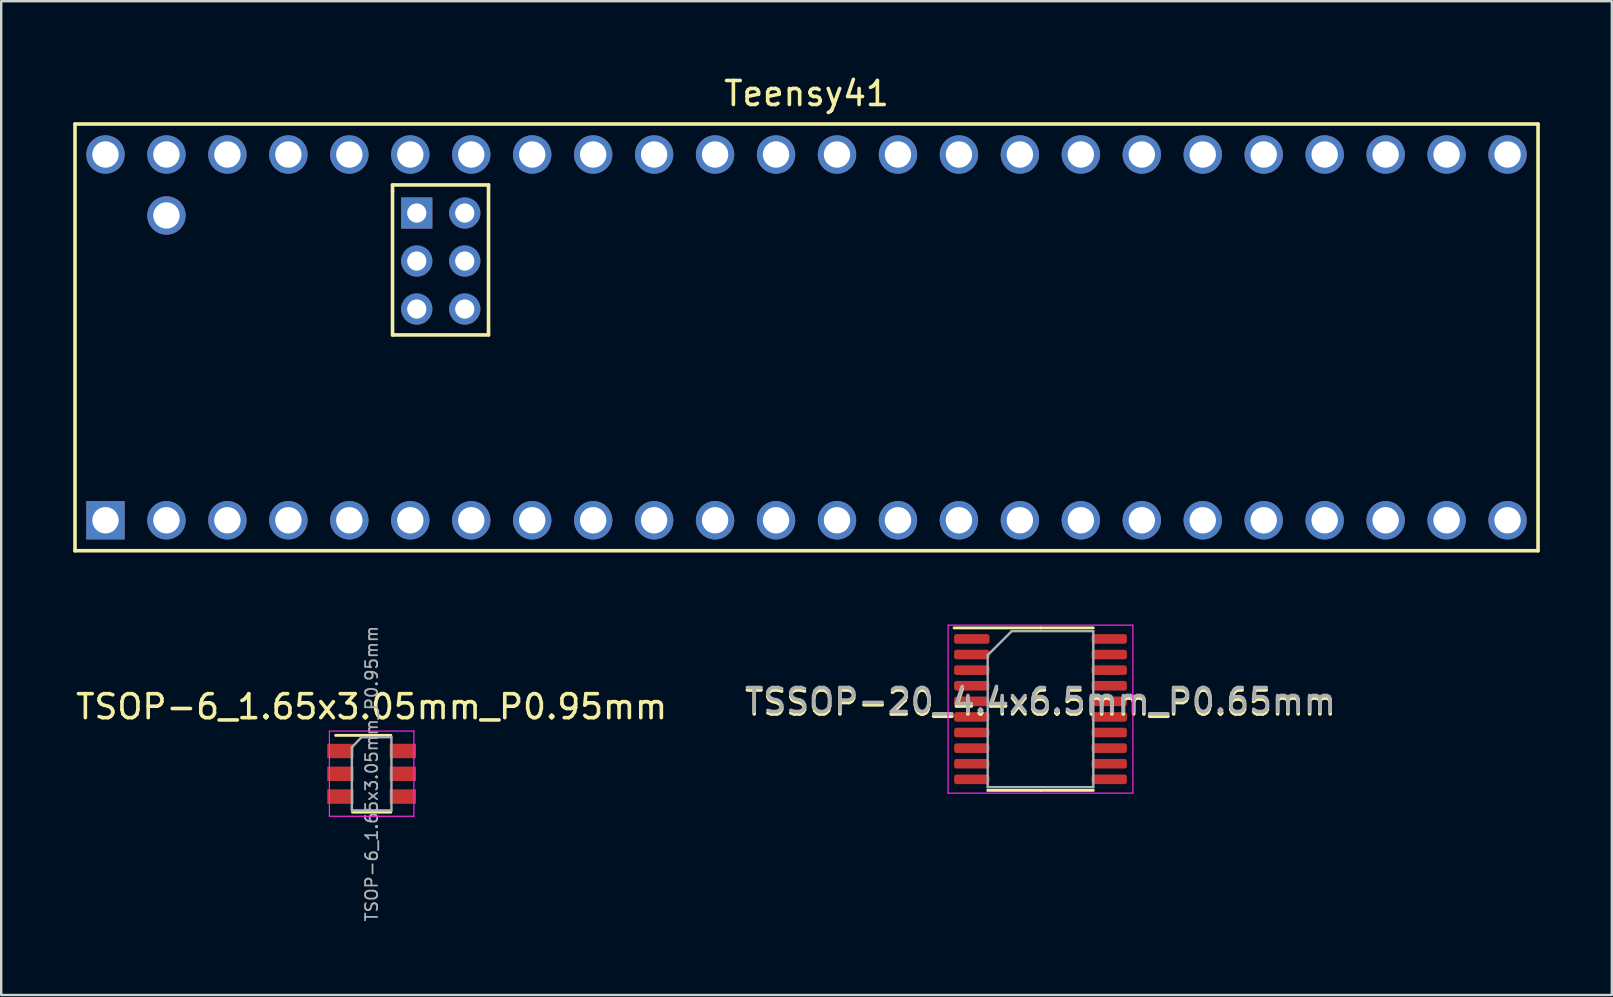
<source format=kicad_pcb>
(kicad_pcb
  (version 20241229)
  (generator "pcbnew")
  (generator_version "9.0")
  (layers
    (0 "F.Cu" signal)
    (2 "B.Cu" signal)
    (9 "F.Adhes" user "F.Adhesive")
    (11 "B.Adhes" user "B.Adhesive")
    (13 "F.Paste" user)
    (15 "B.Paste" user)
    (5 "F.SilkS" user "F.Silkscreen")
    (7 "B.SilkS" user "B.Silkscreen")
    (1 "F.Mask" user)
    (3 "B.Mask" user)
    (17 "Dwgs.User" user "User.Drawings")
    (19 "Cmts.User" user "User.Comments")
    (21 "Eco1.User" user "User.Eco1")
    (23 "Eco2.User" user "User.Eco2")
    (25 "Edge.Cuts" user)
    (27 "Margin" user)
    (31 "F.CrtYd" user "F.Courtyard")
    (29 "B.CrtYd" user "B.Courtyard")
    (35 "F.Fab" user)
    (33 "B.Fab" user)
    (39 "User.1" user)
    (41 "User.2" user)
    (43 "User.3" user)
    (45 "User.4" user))
  (footprint "Teensy41"
    (layer "F.Cu")
    (at 30.555 11.008)
    (property "Reference" "Teensy41" (at 0 -10.16 0) (layer "F.SilkS") (effects (font (size 1 1) (thickness 0.15))))
    (attr through_hole)
    (fp_line (start -30.48 -8.89) (end 30.48 -8.89) (stroke (width 0.15) (type solid)) (layer "F.SilkS"))
    (fp_line (start -30.48 8.89) (end -30.48 -8.89) (stroke (width 0.15) (type solid)) (layer "F.SilkS"))
    (fp_line (start -17.25 -6.352) (end -17.25 -6.102) (stroke (width 0.15) (type solid)) (layer "F.SilkS"))
    (fp_line (start -17.25 -6.102) (end -17.25 -0.102) (stroke (width 0.15) (type solid)) (layer "F.SilkS"))
    (fp_line (start -17.25 -0.102) (end -13.25 -0.102) (stroke (width 0.15) (type solid)) (layer "F.SilkS"))
    (fp_line (start -13.25 -6.352) (end -17.25 -6.352) (stroke (width 0.15) (type solid)) (layer "F.SilkS"))
    (fp_line (start -13.25 -0.102) (end -13.25 -6.352) (stroke (width 0.15) (type solid)) (layer "F.SilkS"))
    (fp_line (start 30.48 -8.89) (end 30.48 8.89) (stroke (width 0.15) (type solid)) (layer "F.SilkS"))
    (fp_line (start 30.48 8.89) (end -30.48 8.89) (stroke (width 0.15) (type solid)) (layer "F.SilkS"))
    (pad "1" thru_hole rect (at -29.21 7.62) (size 1.6 1.6) (drill 1.1) (layers "*.Cu" "*.Mask"))
    (pad "2" thru_hole circle (at -26.67 7.62) (size 1.6 1.6) (drill 1.1) (layers "*.Cu" "*.Mask"))
    (pad "3" thru_hole circle (at -24.13 7.62) (size 1.6 1.6) (drill 1.1) (layers "*.Cu" "*.Mask"))
    (pad "4" thru_hole circle (at -21.59 7.62) (size 1.6 1.6) (drill 1.1) (layers "*.Cu" "*.Mask"))
    (pad "5" thru_hole circle (at -19.05 7.62) (size 1.6 1.6) (drill 1.1) (layers "*.Cu" "*.Mask"))
    (pad "6" thru_hole circle (at -16.51 7.62) (size 1.6 1.6) (drill 1.1) (layers "*.Cu" "*.Mask"))
    (pad "7" thru_hole circle (at -13.97 7.62) (size 1.6 1.6) (drill 1.1) (layers "*.Cu" "*.Mask"))
    (pad "8" thru_hole circle (at -11.43 7.62) (size 1.6 1.6) (drill 1.1) (layers "*.Cu" "*.Mask"))
    (pad "9" thru_hole circle (at -8.89 7.62) (size 1.6 1.6) (drill 1.1) (layers "*.Cu" "*.Mask"))
    (pad "10" thru_hole circle (at -6.35 7.62) (size 1.6 1.6) (drill 1.1) (layers "*.Cu" "*.Mask"))
    (pad "11" thru_hole circle (at -3.81 7.62) (size 1.6 1.6) (drill 1.1) (layers "*.Cu" "*.Mask"))
    (pad "12" thru_hole circle (at -1.27 7.62) (size 1.6 1.6) (drill 1.1) (layers "*.Cu" "*.Mask"))
    (pad "13" thru_hole circle (at 1.27 7.62) (size 1.6 1.6) (drill 1.1) (layers "*.Cu" "*.Mask"))
    (pad "14" thru_hole circle (at 3.81 7.62) (size 1.6 1.6) (drill 1.1) (layers "*.Cu" "*.Mask"))
    (pad "15" thru_hole circle (at 6.35 7.62) (size 1.6 1.6) (drill 1.1) (layers "*.Cu" "*.Mask"))
    (pad "16" thru_hole circle (at 8.89 7.62) (size 1.6 1.6) (drill 1.1) (layers "*.Cu" "*.Mask"))
    (pad "17" thru_hole circle (at 11.43 7.62) (size 1.6 1.6) (drill 1.1) (layers "*.Cu" "*.Mask"))
    (pad "18" thru_hole circle (at 13.97 7.62) (size 1.6 1.6) (drill 1.1) (layers "*.Cu" "*.Mask"))
    (pad "19" thru_hole circle (at 16.51 7.62) (size 1.6 1.6) (drill 1.1) (layers "*.Cu" "*.Mask"))
    (pad "20" thru_hole circle (at 19.05 7.62) (size 1.6 1.6) (drill 1.1) (layers "*.Cu" "*.Mask"))
    (pad "21" thru_hole circle (at 21.59 7.62) (size 1.6 1.6) (drill 1.1) (layers "*.Cu" "*.Mask"))
    (pad "22" thru_hole circle (at 24.13 7.62) (size 1.6 1.6) (drill 1.1) (layers "*.Cu" "*.Mask"))
    (pad "23" thru_hole circle (at 26.67 7.62) (size 1.6 1.6) (drill 1.1) (layers "*.Cu" "*.Mask"))
    (pad "24" thru_hole circle (at 29.21 7.62) (size 1.6 1.6) (drill 1.1) (layers "*.Cu" "*.Mask"))
    (pad "25" thru_hole circle (at 29.21 -7.62) (size 1.6 1.6) (drill 1.1) (layers "*.Cu" "*.Mask"))
    (pad "26" thru_hole circle (at 26.67 -7.62) (size 1.6 1.6) (drill 1.1) (layers "*.Cu" "*.Mask"))
    (pad "27" thru_hole circle (at 24.13 -7.62) (size 1.6 1.6) (drill 1.1) (layers "*.Cu" "*.Mask"))
    (pad "28" thru_hole circle (at 21.59 -7.62) (size 1.6 1.6) (drill 1.1) (layers "*.Cu" "*.Mask"))
    (pad "29" thru_hole circle (at 19.05 -7.62) (size 1.6 1.6) (drill 1.1) (layers "*.Cu" "*.Mask"))
    (pad "30" thru_hole circle (at 16.51 -7.62) (size 1.6 1.6) (drill 1.1) (layers "*.Cu" "*.Mask"))
    (pad "31" thru_hole circle (at 13.97 -7.62) (size 1.6 1.6) (drill 1.1) (layers "*.Cu" "*.Mask"))
    (pad "32" thru_hole circle (at 11.43 -7.62) (size 1.6 1.6) (drill 1.1) (layers "*.Cu" "*.Mask"))
    (pad "33" thru_hole circle (at 8.89 -7.62) (size 1.6 1.6) (drill 1.1) (layers "*.Cu" "*.Mask"))
    (pad "34" thru_hole circle (at 6.35 -7.62) (size 1.6 1.6) (drill 1.1) (layers "*.Cu" "*.Mask"))
    (pad "35" thru_hole circle (at 3.81 -7.62) (size 1.6 1.6) (drill 1.1) (layers "*.Cu" "*.Mask"))
    (pad "36" thru_hole circle (at 1.27 -7.62) (size 1.6 1.6) (drill 1.1) (layers "*.Cu" "*.Mask"))
    (pad "37" thru_hole circle (at -1.27 -7.62) (size 1.6 1.6) (drill 1.1) (layers "*.Cu" "*.Mask"))
    (pad "38" thru_hole circle (at -3.81 -7.62) (size 1.6 1.6) (drill 1.1) (layers "*.Cu" "*.Mask"))
    (pad "39" thru_hole circle (at -6.35 -7.62) (size 1.6 1.6) (drill 1.1) (layers "*.Cu" "*.Mask"))
    (pad "40" thru_hole circle (at -8.89 -7.62) (size 1.6 1.6) (drill 1.1) (layers "*.Cu" "*.Mask"))
    (pad "41" thru_hole circle (at -11.43 -7.62) (size 1.6 1.6) (drill 1.1) (layers "*.Cu" "*.Mask"))
    (pad "42" thru_hole circle (at -13.97 -7.62) (size 1.6 1.6) (drill 1.1) (layers "*.Cu" "*.Mask"))
    (pad "43" thru_hole circle (at -16.51 -7.62) (size 1.6 1.6) (drill 1.1) (layers "*.Cu" "*.Mask"))
    (pad "44" thru_hole circle (at -19.05 -7.62) (size 1.6 1.6) (drill 1.1) (layers "*.Cu" "*.Mask"))
    (pad "45" thru_hole circle (at -21.59 -7.62) (size 1.6 1.6) (drill 1.1) (layers "*.Cu" "*.Mask"))
    (pad "46" thru_hole circle (at -24.13 -7.62) (size 1.6 1.6) (drill 1.1) (layers "*.Cu" "*.Mask"))
    (pad "47" thru_hole circle (at -26.67 -7.62) (size 1.6 1.6) (drill 1.1) (layers "*.Cu" "*.Mask"))
    (pad "48" thru_hole circle (at -29.21 -7.62) (size 1.6 1.6) (drill 1.1) (layers "*.Cu" "*.Mask"))
    (pad "49" thru_hole circle (at -26.67 -5.08) (size 1.6 1.6) (drill 1.1) (layers "*.Cu" "*.Mask"))
    (pad "60" thru_hole rect (at -16.24 -5.182) (size 1.3 1.3) (drill 0.8) (layers "*.Cu" "*.Mask"))
    (pad "61" thru_hole circle (at -16.24 -3.182) (size 1.3 1.3) (drill 0.8) (layers "*.Cu" "*.Mask"))
    (pad "62" thru_hole circle (at -16.24 -1.182) (size 1.3 1.3) (drill 0.8) (layers "*.Cu" "*.Mask"))
    (pad "63" thru_hole circle (at -14.24 -1.182) (size 1.3 1.3) (drill 0.8) (layers "*.Cu" "*.Mask"))
    (pad "64" thru_hole circle (at -14.24 -3.182) (size 1.3 1.3) (drill 0.8) (layers "*.Cu" "*.Mask"))
    (pad "65" thru_hole circle (at -14.24 -5.182) (size 1.3 1.3) (drill 0.8) (layers "*.Cu" "*.Mask")))
  (footprint "TSOP-6_1.65x3.05mm_P0.95mm"
    (layer "F.Cu")
    (at 12.435 29.191)
    (property "Reference" "TSOP-6_1.65x3.05mm_P0.95mm" (at 0 -2.794 0) (layer "F.SilkS") (effects (font (size 1 1) (thickness 0.15))))
    (attr smd)
    (fp_line (start -0.8 1.6) (end 0.8 1.6) (stroke (width 0.12) (type solid)) (layer "F.SilkS"))
    (fp_line (start 0.8 -1.6) (end -1.5 -1.6) (stroke (width 0.12) (type solid)) (layer "F.SilkS"))
    (fp_line (start -1.76 -1.78) (end -1.76 1.77) (stroke (width 0.05) (type solid)) (layer "F.CrtYd"))
    (fp_line (start -1.76 -1.78) (end 1.76 -1.78) (stroke (width 0.05) (type solid)) (layer "F.CrtYd"))
    (fp_line (start 1.76 1.77) (end -1.76 1.77) (stroke (width 0.05) (type solid)) (layer "F.CrtYd"))
    (fp_line (start 1.76 1.77) (end 1.76 -1.78) (stroke (width 0.05) (type solid)) (layer "F.CrtYd"))
    (fp_line (start -0.825 -1.1) (end -0.825 1.525) (stroke (width 0.1) (type solid)) (layer "F.Fab"))
    (fp_line (start -0.825 -1.1) (end -0.425 -1.525) (stroke (width 0.1) (type solid)) (layer "F.Fab"))
    (fp_line (start 0.825 -1.525) (end -0.425 -1.525) (stroke (width 0.1) (type solid)) (layer "F.Fab"))
    (fp_line (start 0.825 -1.525) (end 0.825 1.525) (stroke (width 0.1) (type solid)) (layer "F.Fab"))
    (fp_line (start 0.825 1.525) (end -0.825 1.525) (stroke (width 0.1) (type solid)) (layer "F.Fab"))
    (fp_text user "${REFERENCE}" (at 0 0 270) (layer "F.Fab") (effects (font (size 0.5 0.5) (thickness 0.075))))
    (pad "1" smd rect (at -1.3 -0.95) (size 1.1 0.6) (layers "F.Cu" "F.Mask" "F.Paste"))
    (pad "2" smd rect (at -1.3 0) (size 1.1 0.6) (layers "F.Cu" "F.Mask" "F.Paste"))
    (pad "3" smd rect (at -1.3 0.95) (size 1.1 0.6) (layers "F.Cu" "F.Mask" "F.Paste"))
    (pad "4" smd rect (at 1.3 0.95) (size 1.1 0.6) (layers "F.Cu" "F.Mask" "F.Paste"))
    (pad "5" smd rect (at 1.3 0) (size 1.1 0.6) (layers "F.Cu" "F.Mask" "F.Paste"))
    (pad "6" smd rect (at 1.3 -0.95) (size 1.1 0.6) (layers "F.Cu" "F.Mask" "F.Paste")))
  (footprint "TSSOP-20_4.4x6.5mm_P0.65mm"
    (layer "F.Cu")
    (at 40.304 26.498)
    (property "Reference" "TSSOP-20_4.4x6.5mm_P0.65mm" (at 0 -0.254 0) (layer "F.SilkS") (effects (font (size 1 1) (thickness 0.15))))
    (attr smd)
    (fp_line (start 0 -3.385) (end -3.6 -3.385) (stroke (width 0.12) (type solid)) (layer "F.SilkS"))
    (fp_line (start 0 -3.385) (end 2.2 -3.385) (stroke (width 0.12) (type solid)) (layer "F.SilkS"))
    (fp_line (start 0 3.385) (end -2.2 3.385) (stroke (width 0.12) (type solid)) (layer "F.SilkS"))
    (fp_line (start 0 3.385) (end 2.2 3.385) (stroke (width 0.12) (type solid)) (layer "F.SilkS"))
    (fp_line (start -3.85 -3.5) (end -3.85 3.5) (stroke (width 0.05) (type solid)) (layer "F.CrtYd"))
    (fp_line (start -3.85 3.5) (end 3.85 3.5) (stroke (width 0.05) (type solid)) (layer "F.CrtYd"))
    (fp_line (start 3.85 -3.5) (end -3.85 -3.5) (stroke (width 0.05) (type solid)) (layer "F.CrtYd"))
    (fp_line (start 3.85 3.5) (end 3.85 -3.5) (stroke (width 0.05) (type solid)) (layer "F.CrtYd"))
    (fp_line (start -2.2 -2.25) (end -1.2 -3.25) (stroke (width 0.1) (type solid)) (layer "F.Fab"))
    (fp_line (start -2.2 3.25) (end -2.2 -2.25) (stroke (width 0.1) (type solid)) (layer "F.Fab"))
    (fp_line (start -1.2 -3.25) (end 2.2 -3.25) (stroke (width 0.1) (type solid)) (layer "F.Fab"))
    (fp_line (start 2.2 -3.25) (end 2.2 3.25) (stroke (width 0.1) (type solid)) (layer "F.Fab"))
    (fp_line (start 2.2 3.25) (end -2.2 3.25) (stroke (width 0.1) (type solid)) (layer "F.Fab"))
    (fp_text user "${REFERENCE}" (at 0 -0.356 0) (layer "F.Fab") (effects (font (size 1 1) (thickness 0.15))))
    (pad "1" smd roundrect (at -2.862 -2.925) (size 1.475 0.4) (layers "F.Cu" "F.Mask" "F.Paste") (roundrect_rratio 0.25))
    (pad "2" smd roundrect (at -2.862 -2.275) (size 1.475 0.4) (layers "F.Cu" "F.Mask" "F.Paste") (roundrect_rratio 0.25))
    (pad "3" smd roundrect (at -2.862 -1.625) (size 1.475 0.4) (layers "F.Cu" "F.Mask" "F.Paste") (roundrect_rratio 0.25))
    (pad "4" smd roundrect (at -2.862 -0.975) (size 1.475 0.4) (layers "F.Cu" "F.Mask" "F.Paste") (roundrect_rratio 0.25))
    (pad "5" smd roundrect (at -2.862 -0.325) (size 1.475 0.4) (layers "F.Cu" "F.Mask" "F.Paste") (roundrect_rratio 0.25))
    (pad "6" smd roundrect (at -2.862 0.325) (size 1.475 0.4) (layers "F.Cu" "F.Mask" "F.Paste") (roundrect_rratio 0.25))
    (pad "7" smd roundrect (at -2.862 0.975) (size 1.475 0.4) (layers "F.Cu" "F.Mask" "F.Paste") (roundrect_rratio 0.25))
    (pad "8" smd roundrect (at -2.862 1.625) (size 1.475 0.4) (layers "F.Cu" "F.Mask" "F.Paste") (roundrect_rratio 0.25))
    (pad "9" smd roundrect (at -2.862 2.275) (size 1.475 0.4) (layers "F.Cu" "F.Mask" "F.Paste") (roundrect_rratio 0.25))
    (pad "10" smd roundrect (at -2.862 2.925) (size 1.475 0.4) (layers "F.Cu" "F.Mask" "F.Paste") (roundrect_rratio 0.25))
    (pad "11" smd roundrect (at 2.862 2.925) (size 1.475 0.4) (layers "F.Cu" "F.Mask" "F.Paste") (roundrect_rratio 0.25))
    (pad "12" smd roundrect (at 2.862 2.275) (size 1.475 0.4) (layers "F.Cu" "F.Mask" "F.Paste") (roundrect_rratio 0.25))
    (pad "13" smd roundrect (at 2.862 1.625) (size 1.475 0.4) (layers "F.Cu" "F.Mask" "F.Paste") (roundrect_rratio 0.25))
    (pad "14" smd roundrect (at 2.862 0.975) (size 1.475 0.4) (layers "F.Cu" "F.Mask" "F.Paste") (roundrect_rratio 0.25))
    (pad "15" smd roundrect (at 2.862 0.325) (size 1.475 0.4) (layers "F.Cu" "F.Mask" "F.Paste") (roundrect_rratio 0.25))
    (pad "16" smd roundrect (at 2.862 -0.325) (size 1.475 0.4) (layers "F.Cu" "F.Mask" "F.Paste") (roundrect_rratio 0.25))
    (pad "17" smd roundrect (at 2.862 -0.975) (size 1.475 0.4) (layers "F.Cu" "F.Mask" "F.Paste") (roundrect_rratio 0.25))
    (pad "18" smd roundrect (at 2.862 -1.625) (size 1.475 0.4) (layers "F.Cu" "F.Mask" "F.Paste") (roundrect_rratio 0.25))
    (pad "19" smd roundrect (at 2.862 -2.275) (size 1.475 0.4) (layers "F.Cu" "F.Mask" "F.Paste") (roundrect_rratio 0.25))
    (pad "20" smd roundrect (at 2.862 -2.925) (size 1.475 0.4) (layers "F.Cu" "F.Mask" "F.Paste") (roundrect_rratio 0.25)))
  (gr_rect
    (start -3 -3)
    (end 64.11 38.408)
    (stroke (width 0.1) (type default))
    (fill no)
    (layer "Edge.Cuts")))
</source>
